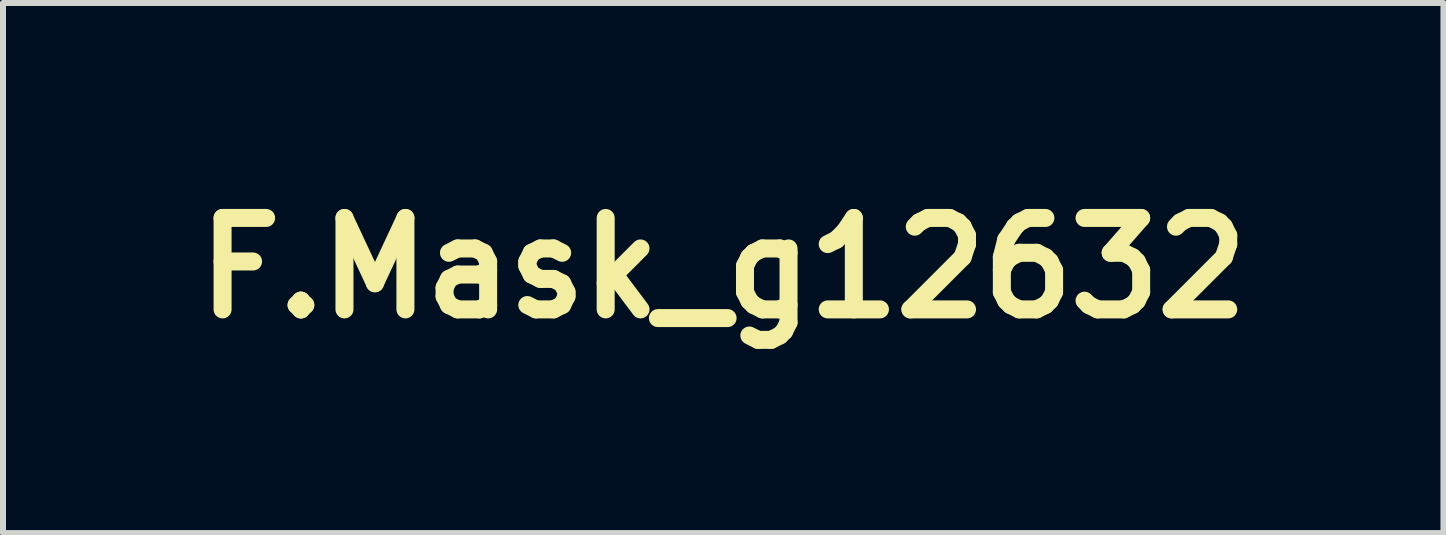
<source format=kicad_pcb>
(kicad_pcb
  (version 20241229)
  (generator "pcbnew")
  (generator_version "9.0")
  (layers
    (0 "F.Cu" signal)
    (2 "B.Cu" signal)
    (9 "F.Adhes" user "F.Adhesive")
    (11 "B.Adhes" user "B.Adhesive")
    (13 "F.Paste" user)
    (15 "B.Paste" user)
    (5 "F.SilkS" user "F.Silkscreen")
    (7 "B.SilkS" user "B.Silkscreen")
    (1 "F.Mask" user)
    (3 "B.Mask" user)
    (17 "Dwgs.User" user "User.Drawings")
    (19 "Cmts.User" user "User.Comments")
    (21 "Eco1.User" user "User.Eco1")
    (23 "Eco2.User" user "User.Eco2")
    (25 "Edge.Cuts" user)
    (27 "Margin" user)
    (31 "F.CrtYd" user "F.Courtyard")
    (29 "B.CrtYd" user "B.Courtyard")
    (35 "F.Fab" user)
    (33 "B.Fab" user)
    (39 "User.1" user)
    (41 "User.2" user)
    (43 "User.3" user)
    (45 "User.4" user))
  (footprint "F.Mask_g12632"
    (layer "F.Cu")
    (at 9.006 1.418)
    (property "Reference" "F.Mask_g12632" (at 0 0 0) (layer "F.SilkS") (effects (font (size 1.524 1.524) (thickness 0.3))))
    (attr through_hole)
    (fp_poly (pts (xy -2.95 -0.533) (xy -2.863 -0.522) (xy -2.792 -0.491) (xy -2.736 -0.439) (xy -2.696 -0.368) (xy -2.686 -0.339) (xy -2.676 -0.299) (xy -2.666 -0.242) (xy -2.657 -0.176) (xy -2.651 -0.125) (xy -2.645 -0.02) (xy -2.646 0.091) (xy -2.654 0.2) (xy -2.668 0.298) (xy -2.686 0.377) (xy -2.72 0.455) (xy -2.771 0.514) (xy -2.837 0.552) (xy -2.918 0.57) (xy -2.95 0.571) (xy -3.023 0.572) (xy -3.023 -0.533) (xy -2.95 -0.533)) (stroke (width 0.01) (type solid)) (fill yes) (layer "F.Mask"))
    (fp_poly (pts (xy 1.505 -0.349) (xy 1.514 -0.311) (xy 1.526 -0.258) (xy 1.541 -0.195) (xy 1.556 -0.125) (xy 1.571 -0.054) (xy 1.585 0.014) (xy 1.597 0.073) (xy 1.605 0.119) (xy 1.608 0.137) (xy 1.616 0.191) (xy 1.37 0.191) (xy 1.376 0.156) (xy 1.391 0.078) (xy 1.408 -0.003) (xy 1.426 -0.084) (xy 1.443 -0.161) (xy 1.46 -0.231) (xy 1.474 -0.29) (xy 1.486 -0.334) (xy 1.495 -0.361) (xy 1.499 -0.366) (xy 1.505 -0.349)) (stroke (width 0.01) (type solid)) (fill yes) (layer "F.Mask"))
    (fp_poly (pts (xy -3.745 -0.365) (xy -3.744 -0.361) (xy -3.738 -0.336) (xy -3.728 -0.293) (xy -3.716 -0.236) (xy -3.702 -0.169) (xy -3.687 -0.098) (xy -3.672 -0.026) (xy -3.658 0.041) (xy -3.647 0.1) (xy -3.638 0.145) (xy -3.633 0.173) (xy -3.632 0.178) (xy -3.644 0.184) (xy -3.677 0.188) (xy -3.725 0.19) (xy -3.754 0.191) (xy -3.877 0.191) (xy -3.868 0.137) (xy -3.863 0.107) (xy -3.853 0.058) (xy -3.84 -0.006) (xy -3.824 -0.08) (xy -3.807 -0.158) (xy -3.789 -0.241) (xy -3.774 -0.302) (xy -3.764 -0.342) (xy -3.756 -0.364) (xy -3.75 -0.371) (xy -3.745 -0.365)) (stroke (width 0.01) (type solid)) (fill yes) (layer "F.Mask"))
    (fp_poly (pts (xy 3.993 -0.357) (xy 4.002 -0.324) (xy 4.015 -0.274) (xy 4.03 -0.211) (xy 4.046 -0.139) (xy 4.063 -0.062) (xy 4.079 0.016) (xy 4.093 0.092) (xy 4.095 0.098) (xy 4.112 0.191) (xy 3.986 0.191) (xy 3.929 0.19) (xy 3.893 0.189) (xy 3.873 0.185) (xy 3.865 0.179) (xy 3.866 0.167) (xy 3.867 0.162) (xy 3.872 0.14) (xy 3.881 0.098) (xy 3.893 0.042) (xy 3.906 -0.024) (xy 3.912 -0.051) (xy 3.927 -0.122) (xy 3.941 -0.191) (xy 3.954 -0.25) (xy 3.963 -0.293) (xy 3.965 -0.302) (xy 3.974 -0.339) (xy 3.983 -0.363) (xy 3.987 -0.368) (xy 3.993 -0.357)) (stroke (width 0.01) (type solid)) (fill yes) (layer "F.Mask"))
    (fp_poly (pts (xy 5.715 1.156) (xy -5.804 1.156) (xy -5.804 0.776) (xy -5.283 0.776) (xy -5.099 0.768) (xy -5.091 0.368) (xy -5.089 0.263) (xy -5.087 0.16) (xy -5.085 0.064) (xy -5.084 -0.021) (xy -5.082 -0.091) (xy -5.082 -0.142) (xy -5.081 -0.152) (xy -5.079 -0.211) (xy -5.075 -0.246) (xy -5.07 -0.256) (xy -5.068 -0.253) (xy -5.06 -0.234) (xy -5.048 -0.194) (xy -5.032 -0.136) (xy -5.012 -0.065) (xy -4.99 0.017) (xy -4.967 0.105) (xy -4.944 0.197) (xy -4.922 0.288) (xy -4.9 0.375) (xy -4.896 0.394) (xy -4.855 0.565) (xy -4.771 0.569) (xy -4.726 0.57) (xy -4.7 0.568) (xy -4.689 0.561) (xy -4.686 0.549) (xy -4.686 0.547) (xy -4.683 0.53) (xy -4.675 0.491) (xy -4.662 0.435) (xy -4.645 0.366) (xy -4.626 0.287) (xy -4.605 0.201) (xy -4.583 0.114) (xy -4.561 0.028) (xy -4.54 -0.053) (xy -4.522 -0.126) (xy -4.506 -0.185) (xy -4.494 -0.229) (xy -4.486 -0.253) (xy -4.486 -0.253) (xy -4.482 -0.25) (xy -4.479 -0.225) (xy -4.475 -0.181) (xy -4.471 -0.12) (xy -4.468 -0.045) (xy -4.464 0.04) (xy -4.462 0.132) (xy -4.46 0.229) (xy -4.458 0.327) (xy -4.458 0.424) (xy -4.458 0.427) (xy -4.457 0.499) (xy -4.455 0.573) (xy -4.452 0.639) (xy -4.449 0.678) (xy -4.441 0.775) (xy -4.263 0.775) (xy -4.162 0.775) (xy -4.07 0.775) (xy -4.02 0.774) (xy -3.991 0.77) (xy -3.976 0.762) (xy -3.971 0.752) (xy -3.967 0.732) (xy -3.96 0.692) (xy -3.952 0.638) (xy -3.943 0.575) (xy -3.942 0.568) (xy -3.919 0.406) (xy -3.588 0.413) (xy -3.56 0.591) (xy -3.55 0.654) (xy -3.542 0.709) (xy -3.535 0.748) (xy -3.532 0.769) (xy -3.532 0.772) (xy -3.52 0.773) (xy -3.49 0.774) (xy -3.45 0.775) (xy -3.408 0.774) (xy -3.371 0.773) (xy -3.346 0.772) (xy -3.34 0.77) (xy -3.342 0.757) (xy -3.348 0.722) (xy -3.358 0.669) (xy -3.37 0.601) (xy -3.385 0.522) (xy -3.398 0.45) (xy -3.472 0.064) (xy -3.552 -0.305) (xy -3.605 -0.533) (xy -3.65 -0.717) (xy -3.207 -0.717) (xy -3.207 0.754) (xy -3.169 0.765) (xy -3.134 0.773) (xy -3.084 0.782) (xy -3.032 0.791) (xy -2.987 0.797) (xy -2.972 0.798) (xy -2.95 0.797) (xy -2.912 0.793) (xy -2.872 0.787) (xy -2.768 0.759) (xy -2.679 0.71) (xy -2.605 0.64) (xy -2.544 0.55) (xy -2.498 0.438) (xy -2.483 0.388) (xy -2.459 0.264) (xy -2.446 0.129) (xy -2.443 -0.01) (xy -2.452 -0.149) (xy -2.47 -0.28) (xy -2.499 -0.399) (xy -2.533 -0.491) (xy -2.582 -0.573) (xy -2.648 -0.645) (xy -2.725 -0.701) (xy -2.807 -0.737) (xy -2.248 -0.737) (xy -2.248 0.775) (xy -1.663 0.775) (xy -1.666 0.67) (xy -1.67 0.565) (xy -2.057 0.558) (xy -2.057 0.089) (xy -1.726 0.089) (xy -1.73 -0.016) (xy -1.734 -0.121) (xy -1.895 -0.124) (xy -2.057 -0.128) (xy -2.057 -0.52) (xy -1.876 -0.524) (xy -1.695 -0.527) (xy -1.692 -0.632) (xy -1.688 -0.737) (xy -1.168 -0.737) (xy -1.168 0.775) (xy -0.978 0.775) (xy -0.978 -0.737) (xy -0.737 -0.737) (xy -0.737 0.775) (xy -0.559 0.775) (xy -0.558 0.257) (xy -0.558 -0.26) (xy -0.52 -0.171) (xy -0.498 -0.118) (xy -0.469 -0.046) (xy -0.436 0.041) (xy -0.399 0.138) (xy -0.361 0.239) (xy -0.323 0.341) (xy -0.288 0.438) (xy -0.256 0.526) (xy -0.23 0.6) (xy -0.226 0.613) (xy -0.171 0.775) (xy -0.092 0.775) (xy -0.013 0.775) (xy -0.013 -0.737) (xy 0.432 -0.737) (xy 0.432 -0.521) (xy 0.686 -0.521) (xy 0.686 0.775) (xy 0.876 0.775) (xy 0.876 0.757) (xy 1.092 0.757) (xy 1.099 0.767) (xy 1.122 0.772) (xy 1.165 0.775) (xy 1.185 0.775) (xy 1.277 0.775) (xy 1.3 0.608) (xy 1.309 0.545) (xy 1.317 0.49) (xy 1.324 0.448) (xy 1.329 0.426) (xy 1.329 0.424) (xy 1.338 0.417) (xy 1.358 0.411) (xy 1.395 0.408) (xy 1.45 0.407) (xy 1.498 0.406) (xy 1.659 0.406) (xy 1.681 0.556) (xy 1.692 0.635) (xy 1.701 0.692) (xy 1.709 0.732) (xy 1.718 0.756) (xy 1.731 0.77) (xy 1.749 0.775) (xy 1.774 0.775) (xy 1.809 0.775) (xy 1.812 0.775) (xy 1.907 0.775) (xy 1.899 0.721) (xy 1.869 0.547) (xy 1.834 0.355) (xy 1.794 0.152) (xy 1.751 -0.056) (xy 1.705 -0.262) (xy 1.661 -0.454) (xy 1.594 -0.737) (xy 1.426 -0.737) (xy 2.032 -0.737) (xy 2.032 0.775) (xy 2.223 0.775) (xy 2.223 -0.737) (xy 2.387 -0.737) (xy 2.394 -0.689) (xy 2.397 -0.66) (xy 2.402 -0.611) (xy 2.409 -0.549) (xy 2.416 -0.478) (xy 2.42 -0.438) (xy 2.435 -0.293) (xy 2.452 -0.138) (xy 2.472 0.022) (xy 2.494 0.181) (xy 2.516 0.335) (xy 2.538 0.478) (xy 2.56 0.606) (xy 2.579 0.708) (xy 2.593 0.775) (xy 2.687 0.775) (xy 2.732 0.774) (xy 2.766 0.772) (xy 2.781 0.769) (xy 2.781 0.768) (xy 2.784 0.754) (xy 2.791 0.719) (xy 2.803 0.668) (xy 2.817 0.605) (xy 2.831 0.543) (xy 2.845 0.481) (xy 2.861 0.407) (xy 2.878 0.325) (xy 2.896 0.238) (xy 2.914 0.152) (xy 2.931 0.069) (xy 2.946 -0.005) (xy 2.958 -0.069) (xy 2.967 -0.116) (xy 2.972 -0.144) (xy 2.972 -0.149) (xy 2.975 -0.139) (xy 2.982 -0.108) (xy 2.993 -0.058) (xy 3.007 0.008) (xy 3.023 0.087) (xy 3.042 0.176) (xy 3.047 0.203) (xy 3.068 0.302) (xy 3.088 0.397) (xy 3.107 0.486) (xy 3.123 0.563) (xy 3.137 0.624) (xy 3.146 0.665) (xy 3.146 0.667) (xy 3.171 0.768) (xy 3.268 0.772) (xy 3.32 0.772) (xy 3.354 0.769) (xy 3.362 0.765) (xy 3.581 0.765) (xy 3.593 0.77) (xy 3.624 0.773) (xy 3.667 0.775) (xy 3.674 0.775) (xy 3.767 0.775) (xy 3.79 0.619) (xy 3.799 0.556) (xy 3.808 0.501) (xy 3.815 0.458) (xy 3.819 0.435) (xy 3.819 0.435) (xy 3.823 0.423) (xy 3.83 0.415) (xy 3.846 0.41) (xy 3.875 0.408) (xy 3.92 0.407) (xy 3.986 0.406) (xy 4.15 0.406) (xy 4.164 0.486) (xy 4.172 0.539) (xy 4.182 0.604) (xy 4.191 0.667) (xy 4.192 0.67) (xy 4.207 0.775) (xy 4.3 0.775) (xy 4.349 0.774) (xy 4.377 0.771) (xy 4.39 0.765) (xy 4.394 0.753) (xy 4.394 0.751) (xy 4.392 0.721) (xy 4.384 0.669) (xy 4.372 0.598) (xy 4.356 0.511) (xy 4.337 0.412) (xy 4.316 0.302) (xy 4.293 0.186) (xy 4.268 0.065) (xy 4.243 -0.056) (xy 4.217 -0.175) (xy 4.192 -0.289) (xy 4.168 -0.395) (xy 4.152 -0.46) (xy 4.134 -0.538) (xy 4.117 -0.607) (xy 4.104 -0.665) (xy 4.094 -0.706) (xy 4.09 -0.728) (xy 4.089 -0.73) (xy 4.078 -0.733) (xy 4.047 -0.735) (xy 4.003 -0.734) (xy 3.991 -0.734) (xy 3.894 -0.73) (xy 3.832 -0.483) (xy 3.814 -0.406) (xy 3.793 -0.315) (xy 3.771 -0.212) (xy 3.747 -0.102) (xy 3.723 0.013) (xy 3.698 0.129) (xy 3.675 0.245) (xy 3.653 0.357) (xy 3.633 0.461) (xy 3.615 0.555) (xy 3.6 0.636) (xy 3.589 0.7) (xy 3.583 0.745) (xy 3.581 0.765) (xy 3.362 0.765) (xy 3.365 0.763) (xy 3.368 0.747) (xy 3.373 0.71) (xy 3.382 0.656) (xy 3.393 0.591) (xy 3.403 0.531) (xy 3.417 0.444) (xy 3.432 0.344) (xy 3.448 0.233) (xy 3.465 0.114) (xy 3.481 -0.007) (xy 3.496 -0.13) (xy 3.511 -0.249) (xy 3.524 -0.362) (xy 3.536 -0.465) (xy 3.545 -0.555) (xy 3.552 -0.628) (xy 3.555 -0.681) (xy 3.556 -0.7) (xy 3.556 -0.737) (xy 4.534 -0.737) (xy 4.534 0.775) (xy 4.712 0.775) (xy 4.712 0.257) (xy 4.712 -0.26) (xy 4.737 -0.205) (xy 4.755 -0.163) (xy 4.78 -0.101) (xy 4.811 -0.023) (xy 4.845 0.065) (xy 4.881 0.16) (xy 4.918 0.259) (xy 4.953 0.355) (xy 4.986 0.446) (xy 5.015 0.526) (xy 5.031 0.575) (xy 5.099 0.775) (xy 5.178 0.775) (xy 5.258 0.775) (xy 5.258 -0.737) (xy 5.08 -0.737) (xy 5.077 -0.264) (xy 5.074 0.209) (xy 5.011 0.038) (xy 4.971 -0.069) (xy 4.924 -0.189) (xy 4.874 -0.313) (xy 4.823 -0.434) (xy 4.775 -0.545) (xy 4.739 -0.625) (xy 4.688 -0.737) (xy 4.611 -0.737) (xy 4.534 -0.737) (xy 3.556 -0.737) (xy 3.365 -0.737) (xy 3.365 -0.664) (xy 3.364 -0.626) (xy 3.36 -0.571) (xy 3.355 -0.5) (xy 3.348 -0.418) (xy 3.339 -0.326) (xy 3.33 -0.229) (xy 3.32 -0.129) (xy 3.31 -0.03) (xy 3.299 0.066) (xy 3.289 0.155) (xy 3.28 0.234) (xy 3.272 0.3) (xy 3.265 0.35) (xy 3.259 0.381) (xy 3.256 0.39) (xy 3.251 0.375) (xy 3.242 0.339) (xy 3.23 0.285) (xy 3.215 0.217) (xy 3.199 0.138) (xy 3.182 0.051) (xy 3.164 -0.039) (xy 3.147 -0.13) (xy 3.13 -0.217) (xy 3.118 -0.286) (xy 3.104 -0.365) (xy 3.09 -0.436) (xy 3.079 -0.495) (xy 3.069 -0.537) (xy 3.063 -0.56) (xy 3.062 -0.563) (xy 3.045 -0.567) (xy 3.01 -0.57) (xy 2.971 -0.569) (xy 2.889 -0.565) (xy 2.874 -0.483) (xy 2.84 -0.299) (xy 2.809 -0.135) (xy 2.782 0.007) (xy 2.758 0.128) (xy 2.738 0.227) (xy 2.722 0.302) (xy 2.71 0.355) (xy 2.701 0.383) (xy 2.697 0.387) (xy 2.692 0.361) (xy 2.685 0.313) (xy 2.677 0.247) (xy 2.667 0.166) (xy 2.657 0.075) (xy 2.646 -0.024) (xy 2.636 -0.127) (xy 2.625 -0.23) (xy 2.616 -0.33) (xy 2.608 -0.422) (xy 2.601 -0.504) (xy 2.596 -0.572) (xy 2.595 -0.587) (xy 2.587 -0.737) (xy 2.387 -0.737) (xy 2.223 -0.737) (xy 2.032 -0.737) (xy 1.426 -0.737) (xy 1.402 -0.737) (xy 1.342 -0.491) (xy 1.321 -0.402) (xy 1.298 -0.301) (xy 1.273 -0.19) (xy 1.248 -0.073) (xy 1.223 0.046) (xy 1.199 0.166) (xy 1.175 0.283) (xy 1.153 0.394) (xy 1.134 0.495) (xy 1.118 0.585) (xy 1.105 0.66) (xy 1.096 0.717) (xy 1.092 0.752) (xy 1.092 0.757) (xy 0.876 0.757) (xy 0.876 -0.521) (xy 1.13 -0.521) (xy 1.13 -0.737) (xy 0.432 -0.737) (xy -0.013 -0.737) (xy -0.19 -0.737) (xy -0.194 -0.264) (xy -0.197 0.209) (xy -0.259 0.038) (xy -0.299 -0.068) (xy -0.345 -0.186) (xy -0.395 -0.31) (xy -0.446 -0.43) (xy -0.493 -0.541) (xy -0.532 -0.627) (xy -0.583 -0.737) (xy -0.66 -0.737) (xy -0.737 -0.737) (xy -0.978 -0.737) (xy -1.168 -0.737) (xy -1.688 -0.737) (xy -2.248 -0.737) (xy -2.807 -0.737) (xy -2.808 -0.737) (xy -2.83 -0.743) (xy -2.881 -0.749) (xy -2.946 -0.751) (xy -3.018 -0.748) (xy -3.087 -0.742) (xy -3.137 -0.733) (xy -3.207 -0.717) (xy -3.65 -0.717) (xy -3.654 -0.73) (xy -3.846 -0.738) (xy -3.916 -0.448) (xy -3.967 -0.227) (xy -4.019 0.011) (xy -4.068 0.257) (xy -4.114 0.501) (xy -4.127 0.575) (xy -4.162 0.775) (xy -4.263 0.775) (xy -4.272 0.46) (xy -4.275 0.331) (xy -4.28 0.19) (xy -4.286 0.044) (xy -4.291 -0.103) (xy -4.298 -0.245) (xy -4.304 -0.377) (xy -4.31 -0.495) (xy -4.316 -0.592) (xy -4.316 -0.597) (xy -4.324 -0.73) (xy -4.416 -0.734) (xy -4.507 -0.738) (xy -4.552 -0.594) (xy -4.598 -0.441) (xy -4.647 -0.271) (xy -4.696 -0.092) (xy -4.729 0.032) (xy -4.772 0.197) (xy -4.787 0.14) (xy -4.8 0.092) (xy -4.818 0.025) (xy -4.84 -0.056) (xy -4.866 -0.145) (xy -4.892 -0.24) (xy -4.919 -0.334) (xy -4.945 -0.423) (xy -4.968 -0.502) (xy -4.987 -0.567) (xy -5.001 -0.613) (xy -5.002 -0.616) (xy -5.038 -0.73) (xy -5.128 -0.734) (xy -5.218 -0.738) (xy -5.225 -0.683) (xy -5.229 -0.647) (xy -5.233 -0.588) (xy -5.238 -0.511) (xy -5.243 -0.418) (xy -5.248 -0.312) (xy -5.253 -0.197) (xy -5.259 -0.076) (xy -5.264 0.048) (xy -5.268 0.171) (xy -5.273 0.291) (xy -5.277 0.403) (xy -5.28 0.506) (xy -5.282 0.595) (xy -5.283 0.668) (xy -5.283 0.696) (xy -5.283 0.776) (xy -5.804 0.776) (xy -5.804 -1.194) (xy 5.715 -1.194) (xy 5.715 1.156)) (stroke (width 0.01) (type solid)) (fill yes) (layer "F.Mask")))
  (gr_rect
    (start -3 -3)
    (end 21.012 5.836)
    (stroke (width 0.1) (type default))
    (fill no)
    (layer "Edge.Cuts")))
</source>
